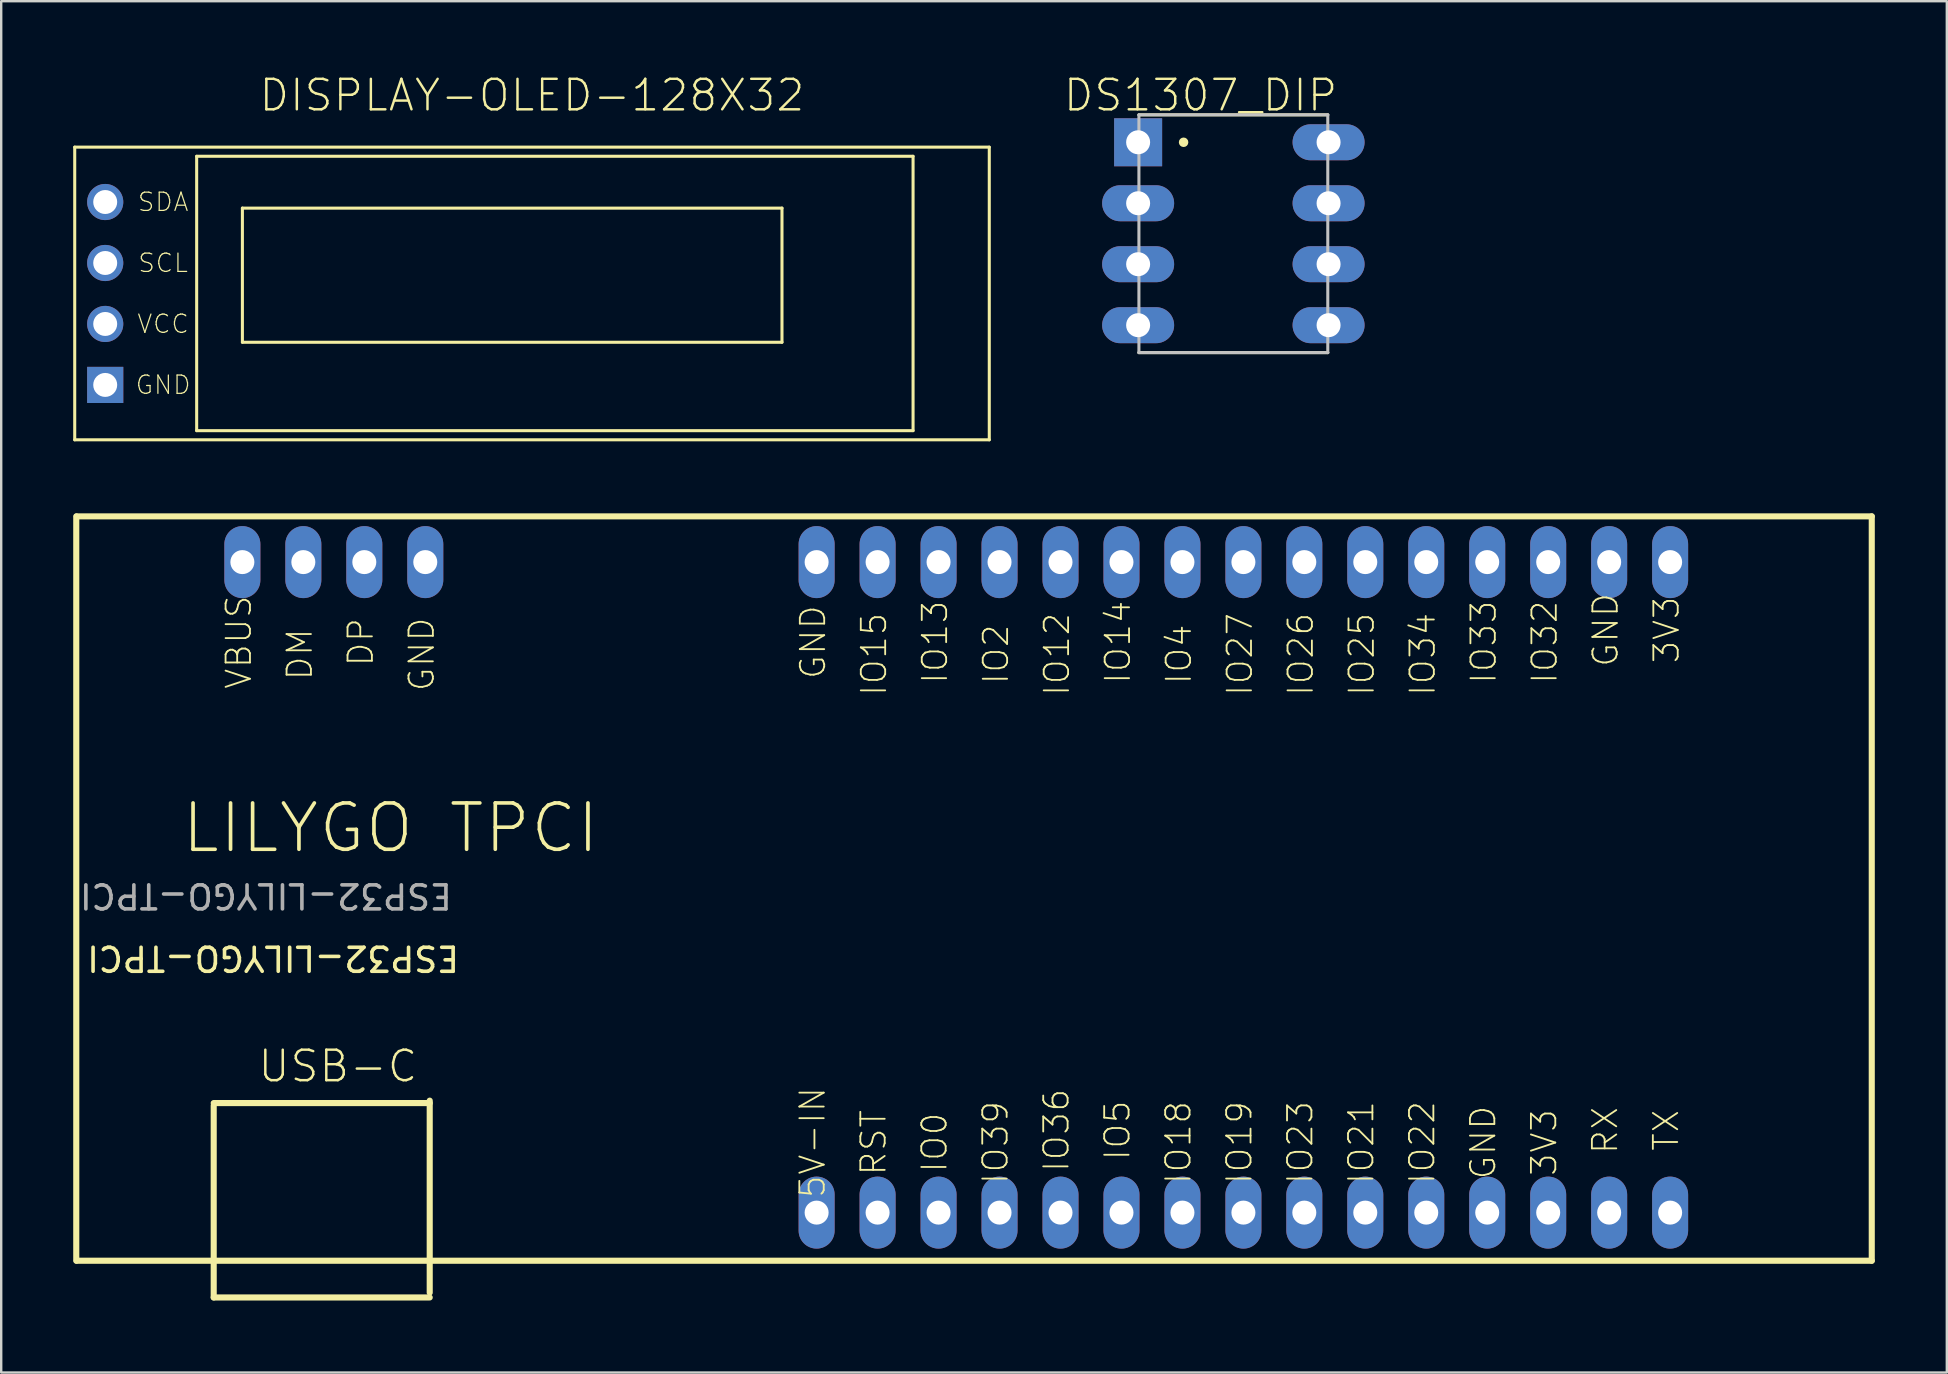
<source format=kicad_pcb>
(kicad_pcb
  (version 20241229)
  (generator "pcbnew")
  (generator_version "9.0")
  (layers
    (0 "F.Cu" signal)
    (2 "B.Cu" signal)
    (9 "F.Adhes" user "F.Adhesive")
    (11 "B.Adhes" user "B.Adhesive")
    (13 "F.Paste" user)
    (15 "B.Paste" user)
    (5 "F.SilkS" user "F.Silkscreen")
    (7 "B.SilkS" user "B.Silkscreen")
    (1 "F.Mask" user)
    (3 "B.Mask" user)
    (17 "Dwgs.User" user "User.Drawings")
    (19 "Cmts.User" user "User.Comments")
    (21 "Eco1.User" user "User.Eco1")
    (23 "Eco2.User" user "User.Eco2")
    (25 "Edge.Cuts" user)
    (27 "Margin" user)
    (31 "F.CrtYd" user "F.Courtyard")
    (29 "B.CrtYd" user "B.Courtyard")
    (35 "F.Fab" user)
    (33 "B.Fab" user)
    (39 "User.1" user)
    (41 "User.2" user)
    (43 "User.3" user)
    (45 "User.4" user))
  (footprint "ESP32-LILYGO-TPCI"
    (layer "F.Cu")
    (at 19.997 38.249)
    (property "Reference" "ESP32-LILYGO-TPCI" (at -11.67 -1.382 180) (unlocked yes) (layer "F.SilkS") (effects (font (size 1 1) (thickness 0.15))))
    (attr through_hole)
    (fp_line (start -19.87 -19.787) (end -19.87 11.223) (stroke (width 0.254) (type solid)) (layer "F.SilkS"))
    (fp_line (start -19.85 -19.787) (end 54.93 -19.787) (stroke (width 0.254) (type solid)) (layer "F.SilkS"))
    (fp_line (start -14.144 4.654) (end -5.145 4.654) (stroke (width 0.254) (type solid)) (layer "F.SilkS"))
    (fp_line (start -14.144 4.754) (end -14.144 12.753) (stroke (width 0.254) (type solid)) (layer "F.SilkS"))
    (fp_line (start -14.144 12.753) (end -5.145 12.753) (stroke (width 0.254) (type solid)) (layer "F.SilkS"))
    (fp_line (start -5.145 4.554) (end -5.145 12.553) (stroke (width 0.254) (type solid)) (layer "F.SilkS"))
    (fp_line (start 54.93 -19.787) (end 54.93 11.223) (stroke (width 0.254) (type solid)) (layer "F.SilkS"))
    (fp_line (start 54.93 11.223) (end -19.85 11.223) (stroke (width 0.254) (type solid)) (layer "F.SilkS"))
    (fp_text user "IO0" (at 15.883 6.3 270) (layer "F.SilkS") (effects (font (size 1.016 1.016) (thickness 0.076))))
    (fp_text user "IO23" (at 31.12 6.3 270) (layer "F.SilkS") (effects (font (size 1.016 1.016) (thickness 0.076))))
    (fp_text user "IO14" (at 23.523 -14.547 270) (layer "F.SilkS") (effects (font (size 1.016 1.016) (thickness 0.076))))
    (fp_text user "IO32" (at 41.3 -14.547 270) (layer "F.SilkS") (effects (font (size 1.016 1.016) (thickness 0.076))))
    (fp_text user "RST" (at 13.343 6.3 270) (layer "F.SilkS") (effects (font (size 1.016 1.016) (thickness 0.076))))
    (fp_text user "IO12" (at 20.983 -14.039 270) (layer "F.SilkS") (effects (font (size 1.016 1.016) (thickness 0.076))))
    (fp_text user "RX" (at 43.82 5.792 270) (layer "F.SilkS") (effects (font (size 1.016 1.016) (thickness 0.076))))
    (fp_text user "IO21" (at 33.66 6.3 270) (layer "F.SilkS") (effects (font (size 1.016 1.016) (thickness 0.076))))
    (fp_text user "LILYGO TPCI" (at -6.779 -6.804 180) (layer "F.SilkS") (effects (font (size 1.93 1.93) (thickness 0.152))))
    (fp_text user "IO34" (at 36.22 -14.039 270) (layer "F.SilkS") (effects (font (size 1.016 1.016) (thickness 0.076))))
    (fp_text user "IO18" (at 26.043 6.3 270) (layer "F.SilkS") (effects (font (size 1.016 1.016) (thickness 0.076))))
    (fp_text user "IO4" (at 26.063 -14.039 270) (layer "F.SilkS") (effects (font (size 1.016 1.016) (thickness 0.076))))
    (fp_text user "IO19" (at 28.583 6.3 270) (layer "F.SilkS") (effects (font (size 1.016 1.016) (thickness 0.076))))
    (fp_text user "DP" (at -8.02 -14.547 270) (layer "F.SilkS") (effects (font (size 1.016 1.016) (thickness 0.076))))
    (fp_text user "IO5" (at 23.503 5.792 270) (layer "F.SilkS") (effects (font (size 1.016 1.016) (thickness 0.076))))
    (fp_text user "IO27" (at 28.603 -14.039 270) (layer "F.SilkS") (effects (font (size 1.016 1.016) (thickness 0.076))))
    (fp_text user "USB-C" (at -8.97 3.118 0) (layer "F.SilkS") (effects (font (size 1.27 1.27) (thickness 0.102))))
    (fp_text user "GND" (at -5.48 -14.039 270) (layer "F.SilkS") (effects (font (size 1.016 1.016) (thickness 0.076))))
    (fp_text user "DM" (at -10.56 -14.039 270) (layer "F.SilkS") (effects (font (size 1.016 1.016) (thickness 0.076))))
    (fp_text user "IO22" (at 36.2 6.3 270) (layer "F.SilkS") (effects (font (size 1.016 1.016) (thickness 0.076))))
    (fp_text user "5V-IN" (at 10.803 6.3 270) (layer "F.SilkS") (effects (font (size 1.016 1.016) (thickness 0.076))))
    (fp_text user "VBUS" (at -13.1 -14.547 270) (layer "F.SilkS") (effects (font (size 1.016 1.016) (thickness 0.076))))
    (fp_text user "GND" (at 10.823 -14.547 270) (layer "F.SilkS") (effects (font (size 1.016 1.016) (thickness 0.076))))
    (fp_text user "IO2" (at 18.443 -14.039 270) (layer "F.SilkS") (effects (font (size 1.016 1.016) (thickness 0.076))))
    (fp_text user "IO33" (at 38.76 -14.547 270) (layer "F.SilkS") (effects (font (size 1.016 1.016) (thickness 0.076))))
    (fp_text user "IO25" (at 33.68 -14.039 270) (layer "F.SilkS") (effects (font (size 1.016 1.016) (thickness 0.076))))
    (fp_text user "GND" (at 43.84 -15.055 270) (layer "F.SilkS") (effects (font (size 1.016 1.016) (thickness 0.076))))
    (fp_text user "GND" (at 38.74 6.3 270) (layer "F.SilkS") (effects (font (size 1.016 1.016) (thickness 0.076))))
    (fp_text user "3V3" (at 46.38 -15.055 270) (layer "F.SilkS") (effects (font (size 1.016 1.016) (thickness 0.076))))
    (fp_text user "IO15" (at 13.363 -14.039 270) (layer "F.SilkS") (effects (font (size 1.016 1.016) (thickness 0.076))))
    (fp_text user "IO26" (at 31.14 -14.039 270) (layer "F.SilkS") (effects (font (size 1.016 1.016) (thickness 0.076))))
    (fp_text user "3V3" (at 41.28 6.3 270) (layer "F.SilkS") (effects (font (size 1.016 1.016) (thickness 0.076))))
    (fp_text user "IO13" (at 15.903 -14.547 270) (layer "F.SilkS") (effects (font (size 1.016 1.016) (thickness 0.076))))
    (fp_text user "IO36" (at 20.963 5.792 270) (layer "F.SilkS") (effects (font (size 1.016 1.016) (thickness 0.076))))
    (fp_text user "TX" (at 46.36 5.792 270) (layer "F.SilkS") (effects (font (size 1.016 1.016) (thickness 0.076))))
    (fp_text user "IO39" (at 18.423 6.3 270) (layer "F.SilkS") (effects (font (size 1.016 1.016) (thickness 0.076))))
    (fp_text user "${REFERENCE}" (at -11.97 -3.982 180) (unlocked yes) (layer "F.Fab") (effects (font (size 1 1) (thickness 0.15))))
    (pad "3V3" thru_hole oval (at 41.45 9.218 180) (size 1.5 3) (drill 1) (layers "*.Cu" "*.Mask"))
    (pad "3V3@2" thru_hole oval (at 46.53 -17.882 180) (size 1.5 3) (drill 1) (layers "*.Cu" "*.Mask"))
    (pad "5V-IN" thru_hole oval (at 10.973 9.218 180) (size 1.5 3) (drill 1) (layers "*.Cu" "*.Mask"))
    (pad "DM" thru_hole oval (at -10.41 -17.882 180) (size 1.5 3) (drill 1) (layers "*.Cu" "*.Mask"))
    (pad "DP" thru_hole oval (at -7.87 -17.882 180) (size 1.5 3) (drill 1) (layers "*.Cu" "*.Mask"))
    (pad "GND" thru_hole oval (at -5.33 -17.882 180) (size 1.5 3) (drill 1) (layers "*.Cu" "*.Mask"))
    (pad "GND" thru_hole oval (at 10.973 -17.882 180) (size 1.5 3) (drill 1) (layers "*.Cu" "*.Mask"))
    (pad "GND" thru_hole oval (at 38.91 9.218 180) (size 1.5 3) (drill 1) (layers "*.Cu" "*.Mask"))
    (pad "GND" thru_hole oval (at 43.99 -17.882 180) (size 1.5 3) (drill 1) (layers "*.Cu" "*.Mask"))
    (pad "M0" thru_hole oval (at 16.053 9.218 180) (size 1.5 3) (drill 1) (layers "*.Cu" "*.Mask"))
    (pad "M2" thru_hole oval (at 18.593 -17.882 180) (size 1.5 3) (drill 1) (layers "*.Cu" "*.Mask"))
    (pad "M4" thru_hole oval (at 26.213 -17.882 180) (size 1.5 3) (drill 1) (layers "*.Cu" "*.Mask"))
    (pad "M5" thru_hole oval (at 23.673 9.218 180) (size 1.5 3) (drill 1) (layers "*.Cu" "*.Mask"))
    (pad "M12" thru_hole oval (at 21.133 -17.882 180) (size 1.5 3) (drill 1) (layers "*.Cu" "*.Mask"))
    (pad "M13" thru_hole oval (at 16.053 -17.882 180) (size 1.5 3) (drill 1) (layers "*.Cu" "*.Mask"))
    (pad "M14" thru_hole oval (at 23.673 -17.882 180) (size 1.5 3) (drill 1) (layers "*.Cu" "*.Mask"))
    (pad "M15" thru_hole oval (at 13.513 -17.882 180) (size 1.5 3) (drill 1) (layers "*.Cu" "*.Mask"))
    (pad "M18" thru_hole oval (at 26.213 9.218 180) (size 1.5 3) (drill 1) (layers "*.Cu" "*.Mask"))
    (pad "M19" thru_hole oval (at 28.753 9.218 180) (size 1.5 3) (drill 1) (layers "*.Cu" "*.Mask"))
    (pad "M21" thru_hole oval (at 33.83 9.218 180) (size 1.5 3) (drill 1) (layers "*.Cu" "*.Mask"))
    (pad "M22" thru_hole oval (at 36.37 9.218 180) (size 1.5 3) (drill 1) (layers "*.Cu" "*.Mask"))
    (pad "M23" thru_hole oval (at 31.29 9.218 180) (size 1.5 3) (drill 1) (layers "*.Cu" "*.Mask"))
    (pad "M25" thru_hole oval (at 33.83 -17.882 180) (size 1.5 3) (drill 1) (layers "*.Cu" "*.Mask"))
    (pad "M26" thru_hole oval (at 31.29 -17.882 180) (size 1.5 3) (drill 1) (layers "*.Cu" "*.Mask"))
    (pad "M27" thru_hole oval (at 28.753 -17.882 180) (size 1.5 3) (drill 1) (layers "*.Cu" "*.Mask"))
    (pad "M32" thru_hole oval (at 41.45 -17.882 180) (size 1.5 3) (drill 1) (layers "*.Cu" "*.Mask"))
    (pad "M33" thru_hole oval (at 38.91 -17.882 180) (size 1.5 3) (drill 1) (layers "*.Cu" "*.Mask"))
    (pad "M34" thru_hole oval (at 36.37 -17.882 180) (size 1.5 3) (drill 1) (layers "*.Cu" "*.Mask"))
    (pad "M36" thru_hole oval (at 21.133 9.218 180) (size 1.5 3) (drill 1) (layers "*.Cu" "*.Mask"))
    (pad "M39" thru_hole oval (at 18.593 9.218 180) (size 1.5 3) (drill 1) (layers "*.Cu" "*.Mask"))
    (pad "RST" thru_hole oval (at 13.513 9.218 180) (size 1.5 3) (drill 1) (layers "*.Cu" "*.Mask"))
    (pad "RX" thru_hole oval (at 43.99 9.218 180) (size 1.5 3) (drill 1) (layers "*.Cu" "*.Mask"))
    (pad "TX" thru_hole oval (at 46.53 9.218 180) (size 1.5 3) (drill 1) (layers "*.Cu" "*.Mask"))
    (pad "VBUS" thru_hole oval (at -12.95 -17.882 180) (size 1.5 3) (drill 1) (layers "*.Cu" "*.Mask")))
  (footprint "DISPLAY-OLED-128X32"
    (layer "F.Cu")
    (at 19.113 9.176)
    (property "Reference" "DISPLAY-OLED-128X32" (at 0 -8.255 0) (layer "F.SilkS") (effects (font (size 1.27 1.27) (thickness 0.102))))
    (attr exclude_from_pos_files exclude_from_bom)
    (fp_line (start -19.05 -6.096) (end 19.05 -6.096) (stroke (width 0.127) (type solid)) (layer "F.SilkS"))
    (fp_line (start -19.05 6.096) (end -19.05 -6.096) (stroke (width 0.127) (type solid)) (layer "F.SilkS"))
    (fp_line (start -13.97 -5.715) (end 15.875 -5.715) (stroke (width 0.127) (type solid)) (layer "F.SilkS"))
    (fp_line (start -13.97 5.715) (end -13.97 -5.715) (stroke (width 0.127) (type solid)) (layer "F.SilkS"))
    (fp_line (start -12.065 -3.556) (end 10.414 -3.556) (stroke (width 0.127) (type solid)) (layer "F.SilkS"))
    (fp_line (start -12.065 2.032) (end -12.065 -3.556) (stroke (width 0.127) (type solid)) (layer "F.SilkS"))
    (fp_line (start 10.414 -3.556) (end 10.414 2.032) (stroke (width 0.127) (type solid)) (layer "F.SilkS"))
    (fp_line (start 10.414 2.032) (end -12.065 2.032) (stroke (width 0.127) (type solid)) (layer "F.SilkS"))
    (fp_line (start 15.875 -5.715) (end 15.875 5.715) (stroke (width 0.127) (type solid)) (layer "F.SilkS"))
    (fp_line (start 15.875 5.715) (end -13.97 5.715) (stroke (width 0.127) (type solid)) (layer "F.SilkS"))
    (fp_line (start 19.05 -6.096) (end 19.05 6.096) (stroke (width 0.127) (type solid)) (layer "F.SilkS"))
    (fp_line (start 19.05 6.096) (end -19.05 6.096) (stroke (width 0.127) (type solid)) (layer "F.SilkS"))
    (fp_text user "SDA" (at -15.367 -3.81 0) (layer "F.SilkS") (effects (font (size 0.762 0.762) (thickness 0.051))))
    (fp_text user "SCL" (at -15.367 -1.27 0) (layer "F.SilkS") (effects (font (size 0.762 0.762) (thickness 0.051))))
    (fp_text user "GND" (at -15.367 3.81 0) (layer "F.SilkS") (effects (font (size 0.762 0.762) (thickness 0.051))))
    (fp_text user "VCC" (at -15.367 1.27 0) (layer "F.SilkS") (effects (font (size 0.762 0.762) (thickness 0.051))))
    (pad "1" thru_hole rect (at -17.78 3.81) (size 1.506 1.506) (drill 0.998) (layers "*.Cu" "*.Paste" "*.Mask"))
    (pad "2" thru_hole circle (at -17.78 1.27) (size 1.506 1.506) (drill 0.998) (layers "*.Cu" "*.Paste" "*.Mask"))
    (pad "3" thru_hole circle (at -17.78 -1.27) (size 1.506 1.506) (drill 0.998) (layers "*.Cu" "*.Paste" "*.Mask"))
    (pad "4" thru_hole circle (at -17.78 -3.81) (size 1.506 1.506) (drill 0.998) (layers "*.Cu" "*.Paste" "*.Mask")))
  (footprint "DS1307_DIP"
    (layer "F.Cu")
    (at 48.331 6.687)
    (property "Reference" "DS1307_DIP" (at -1.364 -5.766 0) (layer "F.SilkS") (effects (font (size 1.27 1.27) (thickness 0.102))))
    (attr exclude_from_pos_files exclude_from_bom)
    (fp_line (start -3.934 -4.953) (end 3.934 -4.953) (stroke (width 0.127) (type solid)) (layer "F.SilkS"))
    (fp_line (start -3.934 4.953) (end 3.934 4.953) (stroke (width 0.127) (type solid)) (layer "F.SilkS"))
    (fp_circle (center -2.073 -3.81) (end -2.073 -3.909) (stroke (width 0.198) (type solid)) (fill no) (layer "F.SilkS"))
    (fp_line (start -3.934 -4.953) (end -3.934 4.953) (stroke (width 0.127) (type solid)) (layer "Dwgs.User"))
    (fp_line (start -3.934 -4.953) (end 3.934 -4.953) (stroke (width 0.127) (type solid)) (layer "Dwgs.User"))
    (fp_line (start -3.934 4.953) (end 3.934 4.953) (stroke (width 0.127) (type solid)) (layer "Dwgs.User"))
    (fp_line (start 3.934 -4.953) (end 3.934 4.953) (stroke (width 0.127) (type solid)) (layer "Dwgs.User"))
    (pad "GND" thru_hole oval (at -3.967 3.81 90) (size 1.5 3) (drill 1) (layers "*.Cu" "*.Paste" "*.Mask"))
    (pad "SCL" thru_hole oval (at 3.967 1.27 90) (size 1.5 3) (drill 1) (layers "*.Cu" "*.Paste" "*.Mask"))
    (pad "SDA" thru_hole oval (at 3.967 3.81 90) (size 1.5 3) (drill 1) (layers "*.Cu" "*.Paste" "*.Mask"))
    (pad "SQW/OUT" thru_hole oval (at 3.967 -1.27 90) (size 1.5 3) (drill 1) (layers "*.Cu" "*.Paste" "*.Mask"))
    (pad "VBAT" thru_hole oval (at -3.967 1.27 90) (size 1.5 3) (drill 1) (layers "*.Cu" "*.Paste" "*.Mask"))
    (pad "VCC" thru_hole oval (at 3.967 -3.81 90) (size 1.5 3) (drill 1) (layers "*.Cu" "*.Paste" "*.Mask"))
    (pad "X1" thru_hole rect (at -3.967 -3.81 90) (size 2 2) (drill 1) (layers "*.Cu" "*.Paste" "*.Mask"))
    (pad "X2" thru_hole oval (at -3.967 -1.27 90) (size 1.5 3) (drill 1) (layers "*.Cu" "*.Paste" "*.Mask")))
  (gr_rect
    (start -3 -3)
    (end 78.054 54.129)
    (stroke (width 0.1) (type default))
    (fill no)
    (layer "Edge.Cuts")))
</source>
